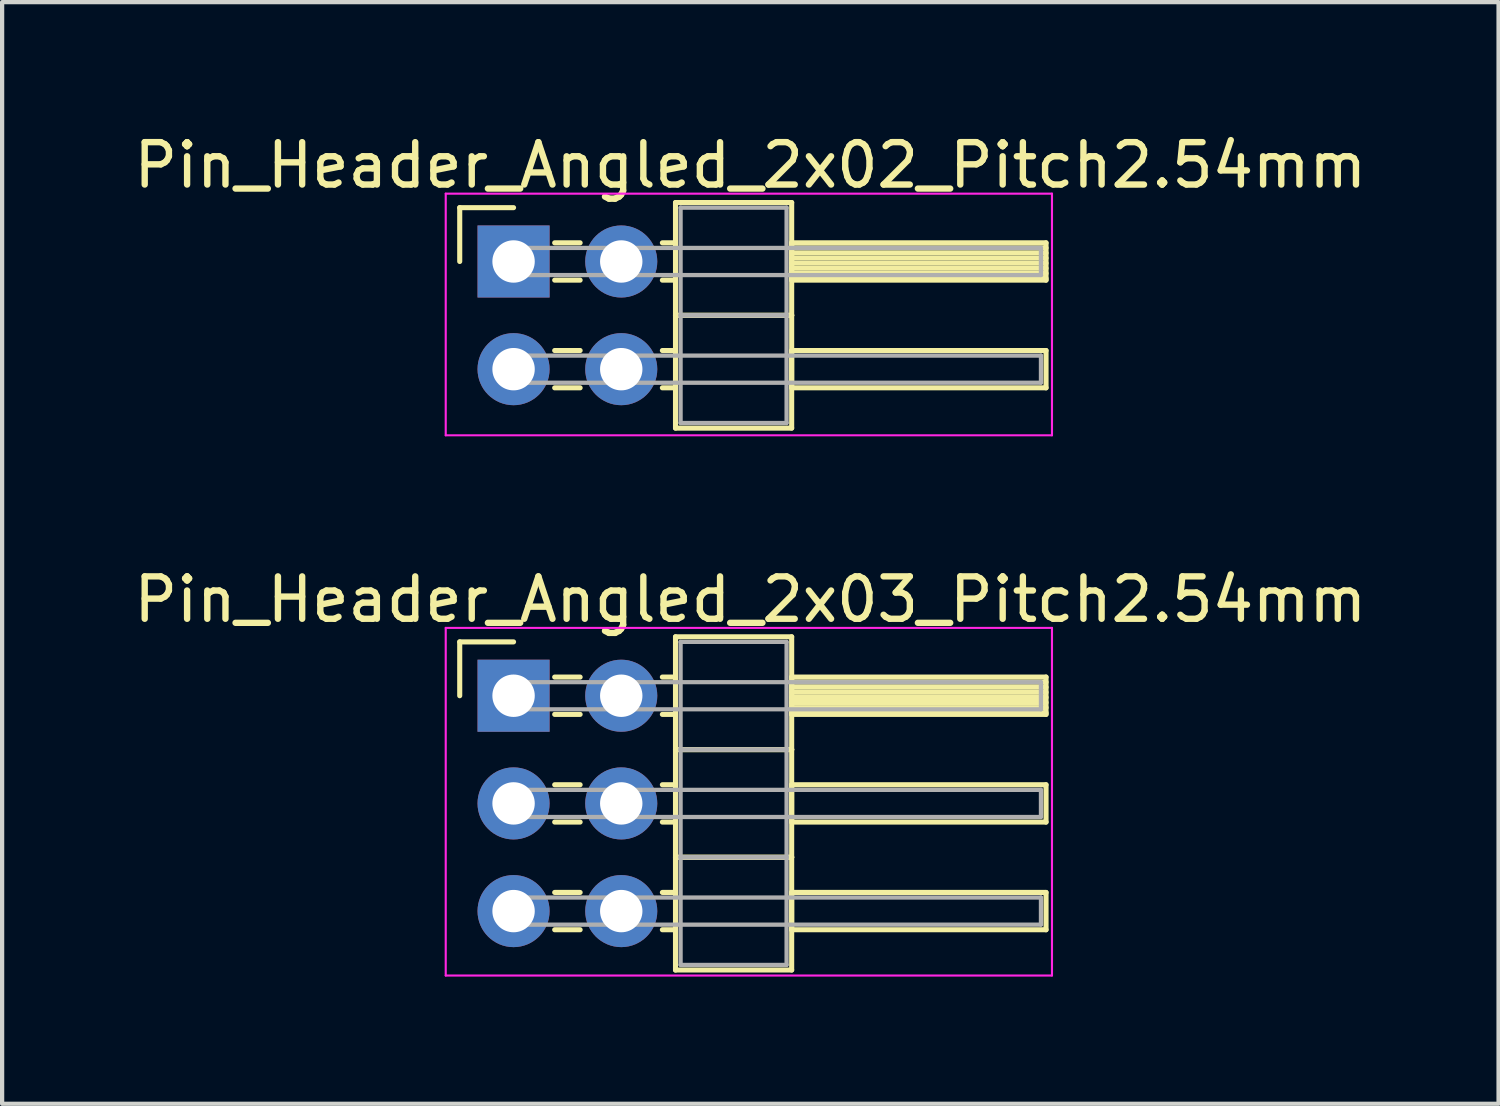
<source format=kicad_pcb>
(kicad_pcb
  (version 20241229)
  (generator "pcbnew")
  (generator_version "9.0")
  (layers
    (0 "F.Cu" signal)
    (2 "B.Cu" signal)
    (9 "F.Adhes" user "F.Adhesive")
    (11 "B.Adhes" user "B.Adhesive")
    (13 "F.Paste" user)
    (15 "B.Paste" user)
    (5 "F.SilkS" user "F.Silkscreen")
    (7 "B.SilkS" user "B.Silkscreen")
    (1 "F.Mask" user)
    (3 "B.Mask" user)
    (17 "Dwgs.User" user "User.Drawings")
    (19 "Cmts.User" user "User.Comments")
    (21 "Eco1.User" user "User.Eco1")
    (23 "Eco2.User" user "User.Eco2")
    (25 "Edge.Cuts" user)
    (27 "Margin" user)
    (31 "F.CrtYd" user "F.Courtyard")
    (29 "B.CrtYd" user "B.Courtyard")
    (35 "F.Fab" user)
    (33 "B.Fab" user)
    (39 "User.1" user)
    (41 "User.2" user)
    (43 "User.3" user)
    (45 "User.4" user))
  (footprint "Pin_Header_Angled_2x03_Pitch2.54mm"
    (layer "F.Cu")
    (at 9.064 13.361)
    (property "Reference" "Pin_Header_Angled_2x03_Pitch2.54mm" (at 5.585 -2.27 0) (layer "F.SilkS") (effects (font (size 1 1) (thickness 0.15))))
    (attr through_hole)
    (fp_line (start -1.27 -1.27) (end 0 -1.27) (stroke (width 0.12) (type solid)) (layer "F.SilkS"))
    (fp_line (start -1.27 0) (end -1.27 -1.27) (stroke (width 0.12) (type solid)) (layer "F.SilkS"))
    (fp_line (start 0.97 -0.44) (end 1.57 -0.44) (stroke (width 0.12) (type solid)) (layer "F.SilkS"))
    (fp_line (start 0.97 0.44) (end 1.57 0.44) (stroke (width 0.12) (type solid)) (layer "F.SilkS"))
    (fp_line (start 0.97 2.1) (end 1.57 2.1) (stroke (width 0.12) (type solid)) (layer "F.SilkS"))
    (fp_line (start 0.97 2.98) (end 1.57 2.98) (stroke (width 0.12) (type solid)) (layer "F.SilkS"))
    (fp_line (start 0.97 4.64) (end 1.57 4.64) (stroke (width 0.12) (type solid)) (layer "F.SilkS"))
    (fp_line (start 0.97 5.52) (end 1.57 5.52) (stroke (width 0.12) (type solid)) (layer "F.SilkS"))
    (fp_line (start 3.51 -0.44) (end 3.82 -0.44) (stroke (width 0.12) (type solid)) (layer "F.SilkS"))
    (fp_line (start 3.51 0.44) (end 3.82 0.44) (stroke (width 0.12) (type solid)) (layer "F.SilkS"))
    (fp_line (start 3.51 2.1) (end 3.82 2.1) (stroke (width 0.12) (type solid)) (layer "F.SilkS"))
    (fp_line (start 3.51 2.98) (end 3.82 2.98) (stroke (width 0.12) (type solid)) (layer "F.SilkS"))
    (fp_line (start 3.51 4.64) (end 3.82 4.64) (stroke (width 0.12) (type solid)) (layer "F.SilkS"))
    (fp_line (start 3.51 5.52) (end 3.82 5.52) (stroke (width 0.12) (type solid)) (layer "F.SilkS"))
    (fp_line (start 3.82 -1.39) (end 3.82 1.27) (stroke (width 0.12) (type solid)) (layer "F.SilkS"))
    (fp_line (start 3.82 1.27) (end 3.82 3.81) (stroke (width 0.12) (type solid)) (layer "F.SilkS"))
    (fp_line (start 3.82 1.27) (end 6.56 1.27) (stroke (width 0.12) (type solid)) (layer "F.SilkS"))
    (fp_line (start 3.82 3.81) (end 3.82 6.47) (stroke (width 0.12) (type solid)) (layer "F.SilkS"))
    (fp_line (start 3.82 3.81) (end 6.56 3.81) (stroke (width 0.12) (type solid)) (layer "F.SilkS"))
    (fp_line (start 3.82 6.47) (end 6.56 6.47) (stroke (width 0.12) (type solid)) (layer "F.SilkS"))
    (fp_line (start 6.56 -1.39) (end 3.82 -1.39) (stroke (width 0.12) (type solid)) (layer "F.SilkS"))
    (fp_line (start 6.56 -0.44) (end 6.56 0.44) (stroke (width 0.12) (type solid)) (layer "F.SilkS"))
    (fp_line (start 6.56 -0.32) (end 12.56 -0.32) (stroke (width 0.12) (type solid)) (layer "F.SilkS"))
    (fp_line (start 6.56 -0.2) (end 12.56 -0.2) (stroke (width 0.12) (type solid)) (layer "F.SilkS"))
    (fp_line (start 6.56 -0.08) (end 12.56 -0.08) (stroke (width 0.12) (type solid)) (layer "F.SilkS"))
    (fp_line (start 6.56 0.04) (end 12.56 0.04) (stroke (width 0.12) (type solid)) (layer "F.SilkS"))
    (fp_line (start 6.56 0.16) (end 12.56 0.16) (stroke (width 0.12) (type solid)) (layer "F.SilkS"))
    (fp_line (start 6.56 0.28) (end 12.56 0.28) (stroke (width 0.12) (type solid)) (layer "F.SilkS"))
    (fp_line (start 6.56 0.4) (end 12.56 0.4) (stroke (width 0.12) (type solid)) (layer "F.SilkS"))
    (fp_line (start 6.56 0.44) (end 12.56 0.44) (stroke (width 0.12) (type solid)) (layer "F.SilkS"))
    (fp_line (start 6.56 1.27) (end 3.82 1.27) (stroke (width 0.12) (type solid)) (layer "F.SilkS"))
    (fp_line (start 6.56 1.27) (end 6.56 -1.39) (stroke (width 0.12) (type solid)) (layer "F.SilkS"))
    (fp_line (start 6.56 2.1) (end 6.56 2.98) (stroke (width 0.12) (type solid)) (layer "F.SilkS"))
    (fp_line (start 6.56 2.98) (end 12.56 2.98) (stroke (width 0.12) (type solid)) (layer "F.SilkS"))
    (fp_line (start 6.56 3.81) (end 3.82 3.81) (stroke (width 0.12) (type solid)) (layer "F.SilkS"))
    (fp_line (start 6.56 3.81) (end 6.56 1.27) (stroke (width 0.12) (type solid)) (layer "F.SilkS"))
    (fp_line (start 6.56 4.64) (end 6.56 5.52) (stroke (width 0.12) (type solid)) (layer "F.SilkS"))
    (fp_line (start 6.56 5.52) (end 12.56 5.52) (stroke (width 0.12) (type solid)) (layer "F.SilkS"))
    (fp_line (start 6.56 6.47) (end 6.56 3.81) (stroke (width 0.12) (type solid)) (layer "F.SilkS"))
    (fp_line (start 12.56 -0.44) (end 6.56 -0.44) (stroke (width 0.12) (type solid)) (layer "F.SilkS"))
    (fp_line (start 12.56 0.44) (end 12.56 -0.44) (stroke (width 0.12) (type solid)) (layer "F.SilkS"))
    (fp_line (start 12.56 2.1) (end 6.56 2.1) (stroke (width 0.12) (type solid)) (layer "F.SilkS"))
    (fp_line (start 12.56 2.98) (end 12.56 2.1) (stroke (width 0.12) (type solid)) (layer "F.SilkS"))
    (fp_line (start 12.56 4.64) (end 6.56 4.64) (stroke (width 0.12) (type solid)) (layer "F.SilkS"))
    (fp_line (start 12.56 5.52) (end 12.56 4.64) (stroke (width 0.12) (type solid)) (layer "F.SilkS"))
    (fp_line (start -1.6 -1.6) (end -1.6 6.6) (stroke (width 0.05) (type solid)) (layer "F.CrtYd"))
    (fp_line (start -1.6 6.6) (end 12.7 6.6) (stroke (width 0.05) (type solid)) (layer "F.CrtYd"))
    (fp_line (start 12.7 -1.6) (end -1.6 -1.6) (stroke (width 0.05) (type solid)) (layer "F.CrtYd"))
    (fp_line (start 12.7 6.6) (end 12.7 -1.6) (stroke (width 0.05) (type solid)) (layer "F.CrtYd"))
    (fp_line (start 0 -0.32) (end 0 0.32) (stroke (width 0.1) (type solid)) (layer "F.Fab"))
    (fp_line (start 0 0.32) (end 12.44 0.32) (stroke (width 0.1) (type solid)) (layer "F.Fab"))
    (fp_line (start 0 2.22) (end 0 2.86) (stroke (width 0.1) (type solid)) (layer "F.Fab"))
    (fp_line (start 0 2.86) (end 12.44 2.86) (stroke (width 0.1) (type solid)) (layer "F.Fab"))
    (fp_line (start 0 4.76) (end 0 5.4) (stroke (width 0.1) (type solid)) (layer "F.Fab"))
    (fp_line (start 0 5.4) (end 12.44 5.4) (stroke (width 0.1) (type solid)) (layer "F.Fab"))
    (fp_line (start 3.94 -1.27) (end 3.94 1.27) (stroke (width 0.1) (type solid)) (layer "F.Fab"))
    (fp_line (start 3.94 1.27) (end 3.94 3.81) (stroke (width 0.1) (type solid)) (layer "F.Fab"))
    (fp_line (start 3.94 1.27) (end 6.44 1.27) (stroke (width 0.1) (type solid)) (layer "F.Fab"))
    (fp_line (start 3.94 3.81) (end 3.94 6.35) (stroke (width 0.1) (type solid)) (layer "F.Fab"))
    (fp_line (start 3.94 3.81) (end 6.44 3.81) (stroke (width 0.1) (type solid)) (layer "F.Fab"))
    (fp_line (start 3.94 6.35) (end 6.44 6.35) (stroke (width 0.1) (type solid)) (layer "F.Fab"))
    (fp_line (start 6.44 -1.27) (end 3.94 -1.27) (stroke (width 0.1) (type solid)) (layer "F.Fab"))
    (fp_line (start 6.44 1.27) (end 3.94 1.27) (stroke (width 0.1) (type solid)) (layer "F.Fab"))
    (fp_line (start 6.44 1.27) (end 6.44 -1.27) (stroke (width 0.1) (type solid)) (layer "F.Fab"))
    (fp_line (start 6.44 3.81) (end 3.94 3.81) (stroke (width 0.1) (type solid)) (layer "F.Fab"))
    (fp_line (start 6.44 3.81) (end 6.44 1.27) (stroke (width 0.1) (type solid)) (layer "F.Fab"))
    (fp_line (start 6.44 6.35) (end 6.44 3.81) (stroke (width 0.1) (type solid)) (layer "F.Fab"))
    (fp_line (start 12.44 -0.32) (end 0 -0.32) (stroke (width 0.1) (type solid)) (layer "F.Fab"))
    (fp_line (start 12.44 0.32) (end 12.44 -0.32) (stroke (width 0.1) (type solid)) (layer "F.Fab"))
    (fp_line (start 12.44 2.22) (end 0 2.22) (stroke (width 0.1) (type solid)) (layer "F.Fab"))
    (fp_line (start 12.44 2.86) (end 12.44 2.22) (stroke (width 0.1) (type solid)) (layer "F.Fab"))
    (fp_line (start 12.44 4.76) (end 0 4.76) (stroke (width 0.1) (type solid)) (layer "F.Fab"))
    (fp_line (start 12.44 5.4) (end 12.44 4.76) (stroke (width 0.1) (type solid)) (layer "F.Fab"))
    (pad "1" thru_hole rect (at 0 0) (size 1.7 1.7) (drill 1) (layers "*.Cu" "*.Mask"))
    (pad "2" thru_hole oval (at 2.54 0) (size 1.7 1.7) (drill 1) (layers "*.Cu" "*.Mask"))
    (pad "3" thru_hole oval (at 0 2.54) (size 1.7 1.7) (drill 1) (layers "*.Cu" "*.Mask"))
    (pad "4" thru_hole oval (at 2.54 2.54) (size 1.7 1.7) (drill 1) (layers "*.Cu" "*.Mask"))
    (pad "5" thru_hole oval (at 0 5.08) (size 1.7 1.7) (drill 1) (layers "*.Cu" "*.Mask"))
    (pad "6" thru_hole oval (at 2.54 5.08) (size 1.7 1.7) (drill 1) (layers "*.Cu" "*.Mask")))
  (footprint "Pin_Header_Angled_2x02_Pitch2.54mm"
    (layer "F.Cu")
    (at 9.064 3.118)
    (property "Reference" "Pin_Header_Angled_2x02_Pitch2.54mm" (at 5.585 -2.27 0) (layer "F.SilkS") (effects (font (size 1 1) (thickness 0.15))))
    (attr through_hole)
    (fp_line (start -1.27 -1.27) (end 0 -1.27) (stroke (width 0.12) (type solid)) (layer "F.SilkS"))
    (fp_line (start -1.27 0) (end -1.27 -1.27) (stroke (width 0.12) (type solid)) (layer "F.SilkS"))
    (fp_line (start 0.97 -0.44) (end 1.57 -0.44) (stroke (width 0.12) (type solid)) (layer "F.SilkS"))
    (fp_line (start 0.97 0.44) (end 1.57 0.44) (stroke (width 0.12) (type solid)) (layer "F.SilkS"))
    (fp_line (start 0.97 2.1) (end 1.57 2.1) (stroke (width 0.12) (type solid)) (layer "F.SilkS"))
    (fp_line (start 0.97 2.98) (end 1.57 2.98) (stroke (width 0.12) (type solid)) (layer "F.SilkS"))
    (fp_line (start 3.51 -0.44) (end 3.82 -0.44) (stroke (width 0.12) (type solid)) (layer "F.SilkS"))
    (fp_line (start 3.51 0.44) (end 3.82 0.44) (stroke (width 0.12) (type solid)) (layer "F.SilkS"))
    (fp_line (start 3.51 2.1) (end 3.82 2.1) (stroke (width 0.12) (type solid)) (layer "F.SilkS"))
    (fp_line (start 3.51 2.98) (end 3.82 2.98) (stroke (width 0.12) (type solid)) (layer "F.SilkS"))
    (fp_line (start 3.82 -1.39) (end 3.82 1.27) (stroke (width 0.12) (type solid)) (layer "F.SilkS"))
    (fp_line (start 3.82 1.27) (end 3.82 3.93) (stroke (width 0.12) (type solid)) (layer "F.SilkS"))
    (fp_line (start 3.82 1.27) (end 6.56 1.27) (stroke (width 0.12) (type solid)) (layer "F.SilkS"))
    (fp_line (start 3.82 3.93) (end 6.56 3.93) (stroke (width 0.12) (type solid)) (layer "F.SilkS"))
    (fp_line (start 6.56 -1.39) (end 3.82 -1.39) (stroke (width 0.12) (type solid)) (layer "F.SilkS"))
    (fp_line (start 6.56 -0.44) (end 6.56 0.44) (stroke (width 0.12) (type solid)) (layer "F.SilkS"))
    (fp_line (start 6.56 -0.32) (end 12.56 -0.32) (stroke (width 0.12) (type solid)) (layer "F.SilkS"))
    (fp_line (start 6.56 -0.2) (end 12.56 -0.2) (stroke (width 0.12) (type solid)) (layer "F.SilkS"))
    (fp_line (start 6.56 -0.08) (end 12.56 -0.08) (stroke (width 0.12) (type solid)) (layer "F.SilkS"))
    (fp_line (start 6.56 0.04) (end 12.56 0.04) (stroke (width 0.12) (type solid)) (layer "F.SilkS"))
    (fp_line (start 6.56 0.16) (end 12.56 0.16) (stroke (width 0.12) (type solid)) (layer "F.SilkS"))
    (fp_line (start 6.56 0.28) (end 12.56 0.28) (stroke (width 0.12) (type solid)) (layer "F.SilkS"))
    (fp_line (start 6.56 0.4) (end 12.56 0.4) (stroke (width 0.12) (type solid)) (layer "F.SilkS"))
    (fp_line (start 6.56 0.44) (end 12.56 0.44) (stroke (width 0.12) (type solid)) (layer "F.SilkS"))
    (fp_line (start 6.56 1.27) (end 3.82 1.27) (stroke (width 0.12) (type solid)) (layer "F.SilkS"))
    (fp_line (start 6.56 1.27) (end 6.56 -1.39) (stroke (width 0.12) (type solid)) (layer "F.SilkS"))
    (fp_line (start 6.56 2.1) (end 6.56 2.98) (stroke (width 0.12) (type solid)) (layer "F.SilkS"))
    (fp_line (start 6.56 2.98) (end 12.56 2.98) (stroke (width 0.12) (type solid)) (layer "F.SilkS"))
    (fp_line (start 6.56 3.93) (end 6.56 1.27) (stroke (width 0.12) (type solid)) (layer "F.SilkS"))
    (fp_line (start 12.56 -0.44) (end 6.56 -0.44) (stroke (width 0.12) (type solid)) (layer "F.SilkS"))
    (fp_line (start 12.56 0.44) (end 12.56 -0.44) (stroke (width 0.12) (type solid)) (layer "F.SilkS"))
    (fp_line (start 12.56 2.1) (end 6.56 2.1) (stroke (width 0.12) (type solid)) (layer "F.SilkS"))
    (fp_line (start 12.56 2.98) (end 12.56 2.1) (stroke (width 0.12) (type solid)) (layer "F.SilkS"))
    (fp_line (start -1.6 -1.6) (end -1.6 4.1) (stroke (width 0.05) (type solid)) (layer "F.CrtYd"))
    (fp_line (start -1.6 4.1) (end 12.7 4.1) (stroke (width 0.05) (type solid)) (layer "F.CrtYd"))
    (fp_line (start 12.7 -1.6) (end -1.6 -1.6) (stroke (width 0.05) (type solid)) (layer "F.CrtYd"))
    (fp_line (start 12.7 4.1) (end 12.7 -1.6) (stroke (width 0.05) (type solid)) (layer "F.CrtYd"))
    (fp_line (start 0 -0.32) (end 0 0.32) (stroke (width 0.1) (type solid)) (layer "F.Fab"))
    (fp_line (start 0 0.32) (end 12.44 0.32) (stroke (width 0.1) (type solid)) (layer "F.Fab"))
    (fp_line (start 0 2.22) (end 0 2.86) (stroke (width 0.1) (type solid)) (layer "F.Fab"))
    (fp_line (start 0 2.86) (end 12.44 2.86) (stroke (width 0.1) (type solid)) (layer "F.Fab"))
    (fp_line (start 3.94 -1.27) (end 3.94 1.27) (stroke (width 0.1) (type solid)) (layer "F.Fab"))
    (fp_line (start 3.94 1.27) (end 3.94 3.81) (stroke (width 0.1) (type solid)) (layer "F.Fab"))
    (fp_line (start 3.94 1.27) (end 6.44 1.27) (stroke (width 0.1) (type solid)) (layer "F.Fab"))
    (fp_line (start 3.94 3.81) (end 6.44 3.81) (stroke (width 0.1) (type solid)) (layer "F.Fab"))
    (fp_line (start 6.44 -1.27) (end 3.94 -1.27) (stroke (width 0.1) (type solid)) (layer "F.Fab"))
    (fp_line (start 6.44 1.27) (end 3.94 1.27) (stroke (width 0.1) (type solid)) (layer "F.Fab"))
    (fp_line (start 6.44 1.27) (end 6.44 -1.27) (stroke (width 0.1) (type solid)) (layer "F.Fab"))
    (fp_line (start 6.44 3.81) (end 6.44 1.27) (stroke (width 0.1) (type solid)) (layer "F.Fab"))
    (fp_line (start 12.44 -0.32) (end 0 -0.32) (stroke (width 0.1) (type solid)) (layer "F.Fab"))
    (fp_line (start 12.44 0.32) (end 12.44 -0.32) (stroke (width 0.1) (type solid)) (layer "F.Fab"))
    (fp_line (start 12.44 2.22) (end 0 2.22) (stroke (width 0.1) (type solid)) (layer "F.Fab"))
    (fp_line (start 12.44 2.86) (end 12.44 2.22) (stroke (width 0.1) (type solid)) (layer "F.Fab"))
    (pad "1" thru_hole rect (at 0 0) (size 1.7 1.7) (drill 1) (layers "*.Cu" "*.Mask"))
    (pad "2" thru_hole oval (at 2.54 0) (size 1.7 1.7) (drill 1) (layers "*.Cu" "*.Mask"))
    (pad "3" thru_hole oval (at 0 2.54) (size 1.7 1.7) (drill 1) (layers "*.Cu" "*.Mask"))
    (pad "4" thru_hole oval (at 2.54 2.54) (size 1.7 1.7) (drill 1) (layers "*.Cu" "*.Mask")))
  (gr_rect
    (start -3 -3)
    (end 32.298 22.986)
    (stroke (width 0.1) (type default))
    (fill no)
    (layer "Edge.Cuts")))
</source>
